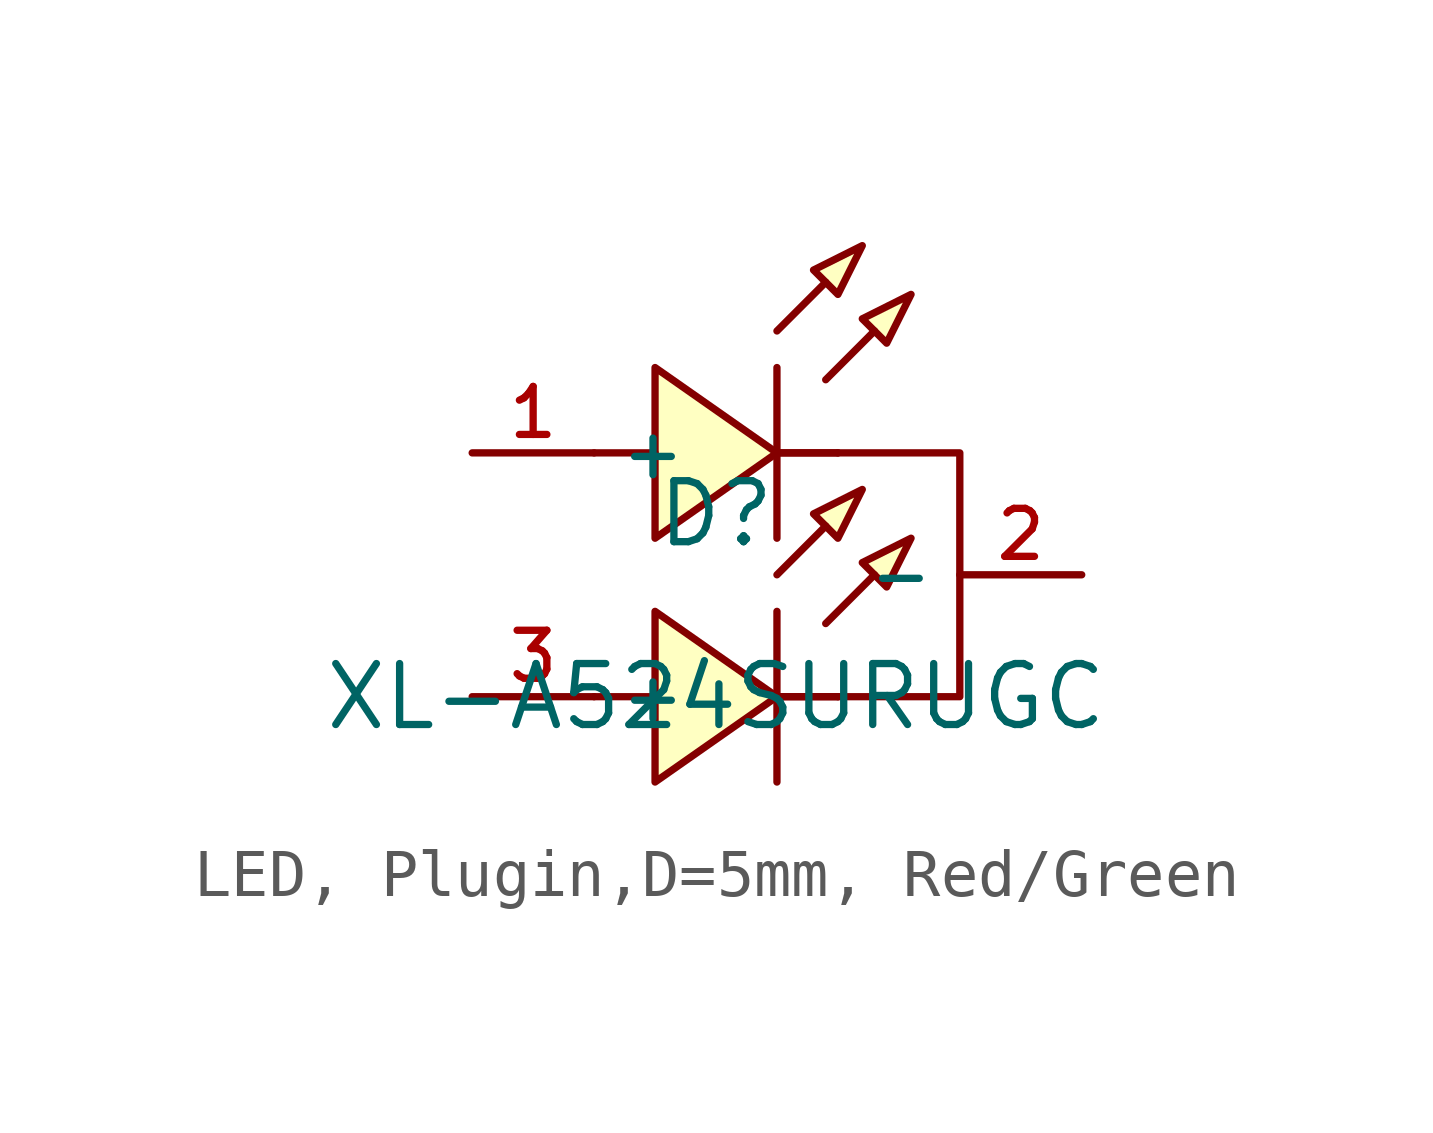
<source format=kicad_sym>
(kicad_symbol_lib
  (version 20231120)
  (generator "CDFER_Archive_Tool")
  (generator_version "0.0")
  (symbol "LED, Plugin,D=5mm, Red/Green"
    (property "Reference" "D"
      (at 0 1.27 0)
      (effects (font (size 1.27 1.27))))
    (property "Value" "XL-A524SURUGC"
      (at 0 -2.54 0)
      (effects (font (size 1.27 1.27))))
    (symbol "LED, Plugin,D=5mm, Red/Green_0_1"
      (polyline (pts (xy -2.54 -2.54) (xy -1.27 -2.54)) (stroke (width 0) (type default)) (fill (type none)))
      (polyline (pts (xy -2.54 2.54) (xy -1.27 2.54)) (stroke (width 0) (type default)) (fill (type none)))
      (polyline (pts (xy 1.27 -2.54) (xy 2.54 -2.54)) (stroke (width 0) (type default)) (fill (type none)))
      (polyline (pts (xy 1.27 -0.762) (xy 1.27 -4.318)) (stroke (width 0) (type default)) (fill (type none)))
      (polyline (pts (xy 1.27 0) (xy 2.286 1.016)) (stroke (width 0) (type default)) (fill (type none)))
      (polyline (pts (xy 1.27 2.54) (xy 2.54 2.54)) (stroke (width 0) (type default)) (fill (type none)))
      (polyline (pts (xy 1.27 4.318) (xy 1.27 0.762)) (stroke (width 0) (type default)) (fill (type none)))
      (polyline (pts (xy 1.27 5.08) (xy 2.286 6.096)) (stroke (width 0) (type default)) (fill (type none)))
      (polyline (pts (xy 2.286 -1.016) (xy 3.302 0)) (stroke (width 0) (type default)) (fill (type none)))
      (polyline (pts (xy 2.286 4.064) (xy 3.302 5.08)) (stroke (width 0) (type default)) (fill (type none)))
      (polyline (pts (xy 2.54 -2.54) (xy 1.27 -2.54)) (stroke (width 0) (type default)) (fill (type none)))
      (polyline (pts (xy 2.54 2.54) (xy 1.27 2.54)) (stroke (width 0) (type default)) (fill (type none)))
      (polyline (pts (xy -1.27 -0.762) (xy 1.27 -2.54) (xy -1.27 -4.318) (xy -1.27 -0.762)) (stroke (width 0) (type default)) (fill (type background)))
      (polyline (pts (xy -1.27 4.318) (xy 1.27 2.54) (xy -1.27 0.762) (xy -1.27 4.318)) (stroke (width 0) (type default)) (fill (type background)))
      (polyline (pts (xy 2.54 -2.54) (xy 5.08 -2.54) (xy 5.08 2.54) (xy 2.54 2.54)) (stroke (width 0) (type default)) (fill (type none)))
      (polyline (pts (xy 3.048 1.778) (xy 2.032 1.27) (xy 2.54 0.762) (xy 3.048 1.778)) (stroke (width 0) (type default)) (fill (type background)))
      (polyline (pts (xy 3.048 6.858) (xy 2.032 6.35) (xy 2.54 5.842) (xy 3.048 6.858)) (stroke (width 0) (type default)) (fill (type background)))
      (polyline (pts (xy 4.064 0.762) (xy 3.048 0.254) (xy 3.556 -0.254) (xy 4.064 0.762)) (stroke (width 0) (type default)) (fill (type background)))
      (polyline (pts (xy 4.064 5.842) (xy 3.048 5.334) (xy 3.556 4.826) (xy 4.064 5.842)) (stroke (width 0) (type default)) (fill (type background)))
      (pin unspecified line (at -5.08 2.54 0) (length 2.54) (name "+" (effects (font (size 1 1)))) (number "1" (effects (font (size 1 1)))))
      (pin unspecified line (at 7.62 0 180) (length 2.54) (name "-" (effects (font (size 1 1)))) (number "2" (effects (font (size 1 1)))))
      (pin unspecified line (at -5.08 -2.54 0) (length 2.54) (name "+" (effects (font (size 1 1)))) (number "3" (effects (font (size 1 1))))))))
</source>
